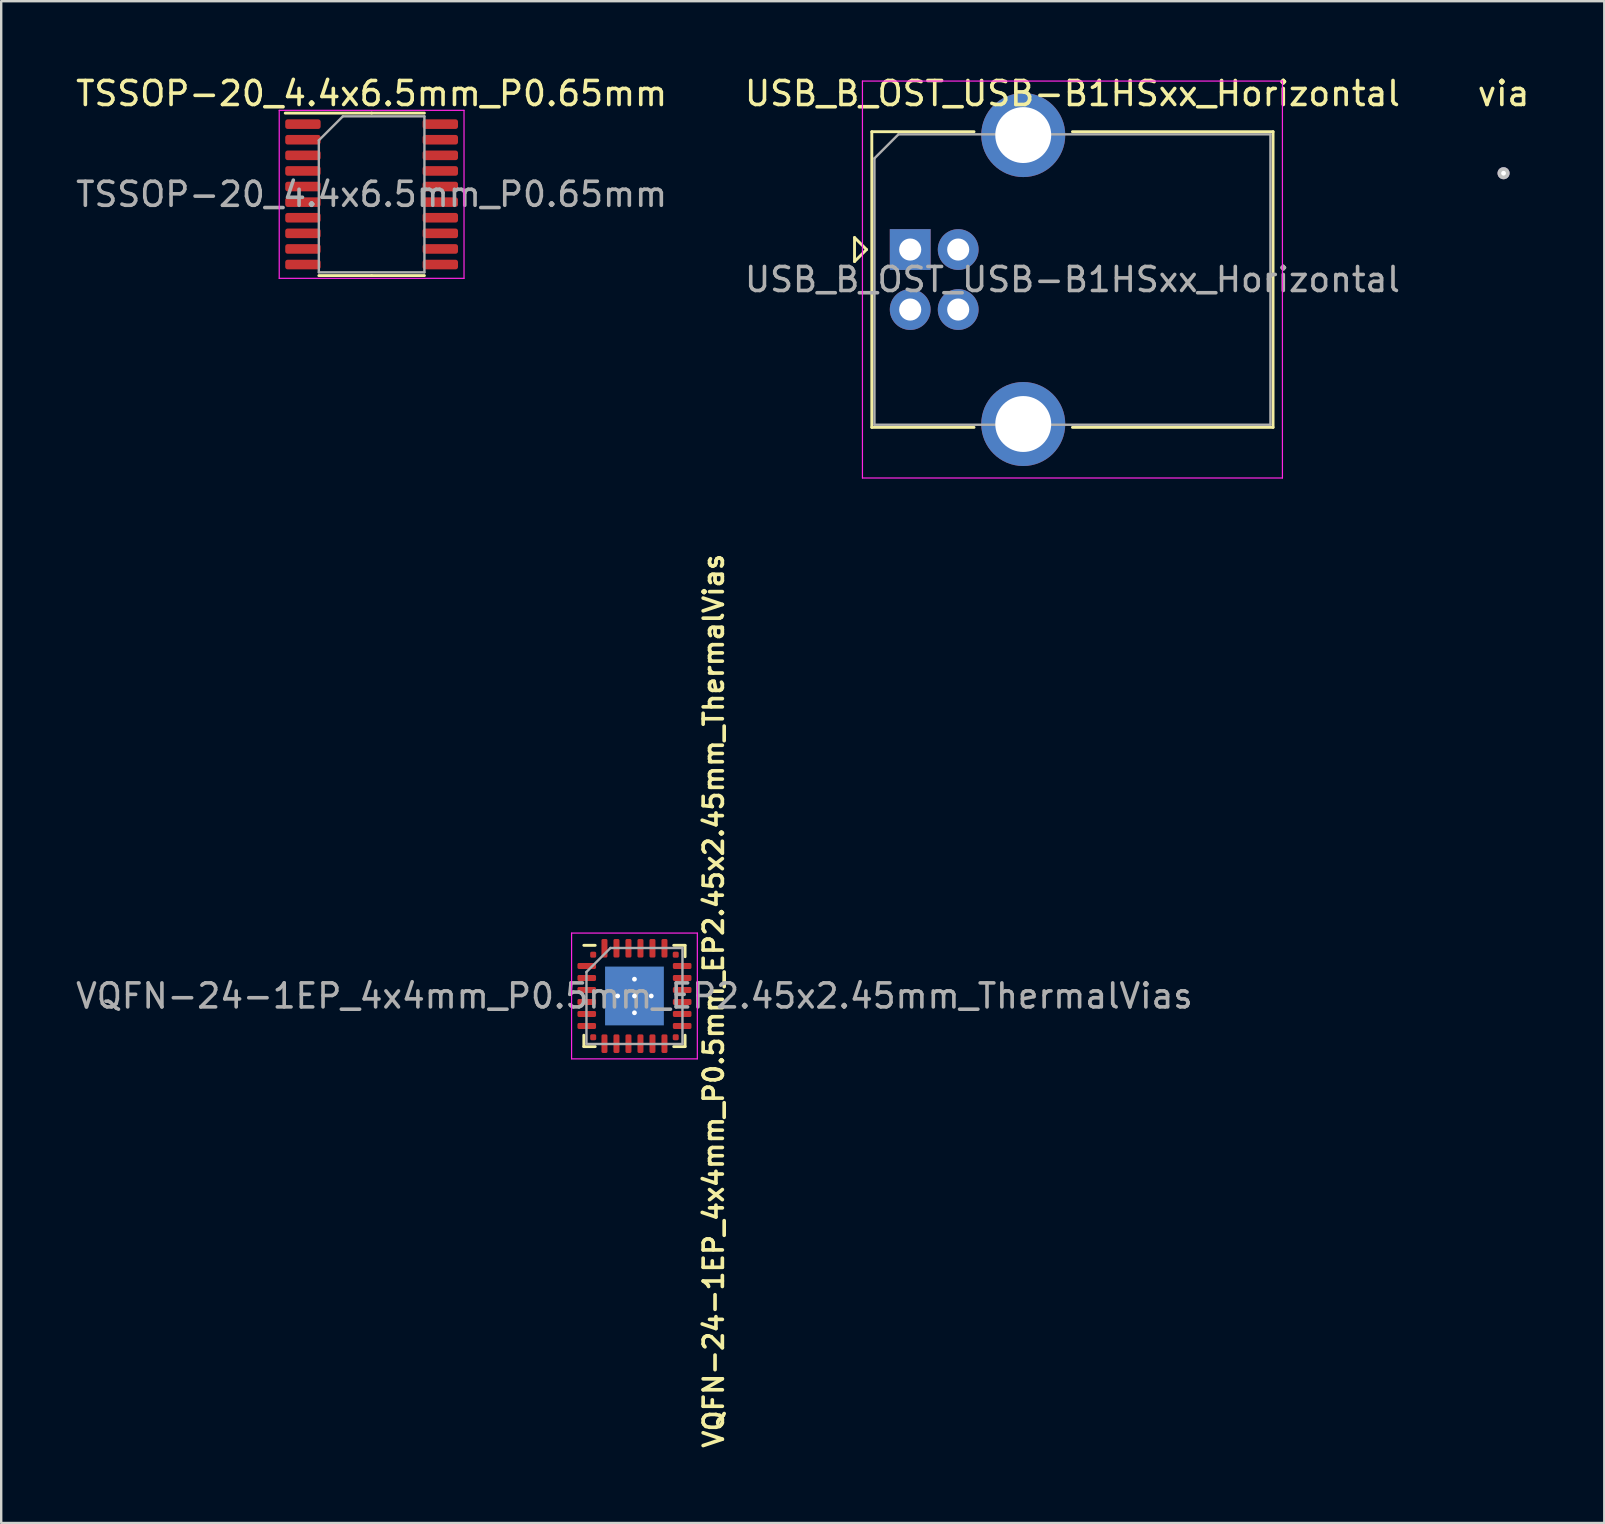
<source format=kicad_pcb>
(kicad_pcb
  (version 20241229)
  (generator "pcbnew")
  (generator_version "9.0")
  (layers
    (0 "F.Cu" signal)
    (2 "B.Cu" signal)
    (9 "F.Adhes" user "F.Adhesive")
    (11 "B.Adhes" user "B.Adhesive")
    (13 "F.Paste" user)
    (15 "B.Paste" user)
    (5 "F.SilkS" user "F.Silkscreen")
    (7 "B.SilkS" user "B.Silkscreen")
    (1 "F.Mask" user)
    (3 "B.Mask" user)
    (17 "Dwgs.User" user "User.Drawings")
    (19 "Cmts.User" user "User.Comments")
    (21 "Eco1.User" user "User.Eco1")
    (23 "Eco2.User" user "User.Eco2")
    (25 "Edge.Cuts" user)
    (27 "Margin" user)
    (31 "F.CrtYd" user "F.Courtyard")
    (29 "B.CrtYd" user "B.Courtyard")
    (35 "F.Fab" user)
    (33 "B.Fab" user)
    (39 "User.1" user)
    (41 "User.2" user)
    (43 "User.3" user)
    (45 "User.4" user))
  (footprint "TSSOP-20_4.4x6.5mm_P0.65mm"
    (layer "F.Cu")
    (at 12.435 5.048)
    (property "Reference" "TSSOP-20_4.4x6.5mm_P0.65mm" (at 0 -4.2 0) (layer "F.SilkS") (effects (font (size 1 1) (thickness 0.15))))
    (attr smd)
    (fp_line (start 0 -3.385) (end -3.6 -3.385) (stroke (width 0.12) (type solid)) (layer "F.SilkS"))
    (fp_line (start 0 -3.385) (end 2.2 -3.385) (stroke (width 0.12) (type solid)) (layer "F.SilkS"))
    (fp_line (start 0 3.385) (end -2.2 3.385) (stroke (width 0.12) (type solid)) (layer "F.SilkS"))
    (fp_line (start 0 3.385) (end 2.2 3.385) (stroke (width 0.12) (type solid)) (layer "F.SilkS"))
    (fp_line (start -3.85 -3.5) (end -3.85 3.5) (stroke (width 0.05) (type solid)) (layer "F.CrtYd"))
    (fp_line (start -3.85 3.5) (end 3.85 3.5) (stroke (width 0.05) (type solid)) (layer "F.CrtYd"))
    (fp_line (start 3.85 -3.5) (end -3.85 -3.5) (stroke (width 0.05) (type solid)) (layer "F.CrtYd"))
    (fp_line (start 3.85 3.5) (end 3.85 -3.5) (stroke (width 0.05) (type solid)) (layer "F.CrtYd"))
    (fp_line (start -2.2 -2.25) (end -1.2 -3.25) (stroke (width 0.1) (type solid)) (layer "F.Fab"))
    (fp_line (start -2.2 3.25) (end -2.2 -2.25) (stroke (width 0.1) (type solid)) (layer "F.Fab"))
    (fp_line (start -1.2 -3.25) (end 2.2 -3.25) (stroke (width 0.1) (type solid)) (layer "F.Fab"))
    (fp_line (start 2.2 -3.25) (end 2.2 3.25) (stroke (width 0.1) (type solid)) (layer "F.Fab"))
    (fp_line (start 2.2 3.25) (end -2.2 3.25) (stroke (width 0.1) (type solid)) (layer "F.Fab"))
    (fp_text user "${REFERENCE}" (at 0 0 0) (layer "F.Fab") (effects (font (size 1 1) (thickness 0.15))))
    (pad "1" smd roundrect (at -2.862 -2.925) (size 1.475 0.4) (layers "F.Cu" "F.Mask" "F.Paste") (roundrect_rratio 0.25))
    (pad "2" smd roundrect (at -2.862 -2.275) (size 1.475 0.4) (layers "F.Cu" "F.Mask" "F.Paste") (roundrect_rratio 0.25))
    (pad "3" smd roundrect (at -2.862 -1.625) (size 1.475 0.4) (layers "F.Cu" "F.Mask" "F.Paste") (roundrect_rratio 0.25))
    (pad "4" smd roundrect (at -2.862 -0.975) (size 1.475 0.4) (layers "F.Cu" "F.Mask" "F.Paste") (roundrect_rratio 0.25))
    (pad "5" smd roundrect (at -2.862 -0.325) (size 1.475 0.4) (layers "F.Cu" "F.Mask" "F.Paste") (roundrect_rratio 0.25))
    (pad "6" smd roundrect (at -2.862 0.325) (size 1.475 0.4) (layers "F.Cu" "F.Mask" "F.Paste") (roundrect_rratio 0.25))
    (pad "7" smd roundrect (at -2.862 0.975) (size 1.475 0.4) (layers "F.Cu" "F.Mask" "F.Paste") (roundrect_rratio 0.25))
    (pad "8" smd roundrect (at -2.862 1.625) (size 1.475 0.4) (layers "F.Cu" "F.Mask" "F.Paste") (roundrect_rratio 0.25))
    (pad "9" smd roundrect (at -2.862 2.275) (size 1.475 0.4) (layers "F.Cu" "F.Mask" "F.Paste") (roundrect_rratio 0.25))
    (pad "10" smd roundrect (at -2.862 2.925) (size 1.475 0.4) (layers "F.Cu" "F.Mask" "F.Paste") (roundrect_rratio 0.25))
    (pad "11" smd roundrect (at 2.862 2.925) (size 1.475 0.4) (layers "F.Cu" "F.Mask" "F.Paste") (roundrect_rratio 0.25))
    (pad "12" smd roundrect (at 2.862 2.275) (size 1.475 0.4) (layers "F.Cu" "F.Mask" "F.Paste") (roundrect_rratio 0.25))
    (pad "13" smd roundrect (at 2.862 1.625) (size 1.475 0.4) (layers "F.Cu" "F.Mask" "F.Paste") (roundrect_rratio 0.25))
    (pad "14" smd roundrect (at 2.862 0.975) (size 1.475 0.4) (layers "F.Cu" "F.Mask" "F.Paste") (roundrect_rratio 0.25))
    (pad "15" smd roundrect (at 2.862 0.325) (size 1.475 0.4) (layers "F.Cu" "F.Mask" "F.Paste") (roundrect_rratio 0.25))
    (pad "16" smd roundrect (at 2.862 -0.325) (size 1.475 0.4) (layers "F.Cu" "F.Mask" "F.Paste") (roundrect_rratio 0.25))
    (pad "17" smd roundrect (at 2.862 -0.975) (size 1.475 0.4) (layers "F.Cu" "F.Mask" "F.Paste") (roundrect_rratio 0.25))
    (pad "18" smd roundrect (at 2.862 -1.625) (size 1.475 0.4) (layers "F.Cu" "F.Mask" "F.Paste") (roundrect_rratio 0.25))
    (pad "19" smd roundrect (at 2.862 -2.275) (size 1.475 0.4) (layers "F.Cu" "F.Mask" "F.Paste") (roundrect_rratio 0.25))
    (pad "20" smd roundrect (at 2.862 -2.925) (size 1.475 0.4) (layers "F.Cu" "F.Mask" "F.Paste") (roundrect_rratio 0.25)))
  (footprint "via"
    (layer "F.Cu")
    (at 59.601 4.168)
    (property "Reference" "via" (at 0 -3.32 0) (layer "F.SilkS") (effects (font (size 1 1) (thickness 0.15))))
    (attr smd)
    (pad "1" thru_hole circle (at 0 0) (size 0.5 0.5) (drill 0.2) (layers "*.Cu" "Dwgs.User")))
  (footprint "USB_B_OST_USB-B1HSxx_Horizontal"
    (layer "F.Cu")
    (at 34.877 8.618)
    (property "Reference" "USB_B_OST_USB-B1HSxx_Horizontal" (at 6.76 -7.77 0) (layer "F.SilkS") (effects (font (size 1 1) (thickness 0.15))))
    (attr through_hole)
    (fp_line (start -2.32 -1.77) (end -2.32 -0.77) (stroke (width 0.12) (type solid)) (layer "F.SilkS"))
    (fp_line (start -2.32 -0.77) (end -1.82 -1.27) (stroke (width 0.12) (type solid)) (layer "F.SilkS"))
    (fp_line (start -1.82 -1.27) (end -2.32 -1.77) (stroke (width 0.12) (type solid)) (layer "F.SilkS"))
    (fp_line (start -1.6 -6.18) (end -1.6 6.14) (stroke (width 0.12) (type solid)) (layer "F.SilkS"))
    (fp_line (start -1.6 6.14) (end 2.66 6.14) (stroke (width 0.12) (type solid)) (layer "F.SilkS"))
    (fp_line (start 2.66 -6.18) (end -1.6 -6.18) (stroke (width 0.12) (type solid)) (layer "F.SilkS"))
    (fp_line (start 6.76 -6.18) (end 15.12 -6.18) (stroke (width 0.12) (type solid)) (layer "F.SilkS"))
    (fp_line (start 15.12 -6.18) (end 15.12 6.14) (stroke (width 0.12) (type solid)) (layer "F.SilkS"))
    (fp_line (start 15.12 6.14) (end 6.76 6.14) (stroke (width 0.12) (type solid)) (layer "F.SilkS"))
    (fp_line (start -1.99 -8.29) (end -1.99 8.25) (stroke (width 0.05) (type solid)) (layer "F.CrtYd"))
    (fp_line (start -1.99 8.25) (end 15.51 8.25) (stroke (width 0.05) (type solid)) (layer "F.CrtYd"))
    (fp_line (start 15.51 -8.29) (end -1.99 -8.29) (stroke (width 0.05) (type solid)) (layer "F.CrtYd"))
    (fp_line (start 15.51 8.25) (end 15.51 -8.29) (stroke (width 0.05) (type solid)) (layer "F.CrtYd"))
    (fp_line (start -1.49 -5.07) (end -0.49 -6.07) (stroke (width 0.1) (type solid)) (layer "F.Fab"))
    (fp_line (start -1.49 6.03) (end -1.49 -5.07) (stroke (width 0.1) (type solid)) (layer "F.Fab"))
    (fp_line (start -0.49 -6.07) (end 15.01 -6.07) (stroke (width 0.1) (type solid)) (layer "F.Fab"))
    (fp_line (start 15.01 -6.07) (end 15.01 6.03) (stroke (width 0.1) (type solid)) (layer "F.Fab"))
    (fp_line (start 15.01 6.03) (end -1.49 6.03) (stroke (width 0.1) (type solid)) (layer "F.Fab"))
    (fp_text user "${REFERENCE}" (at 6.76 -0.02 0) (layer "F.Fab") (effects (font (size 1 1) (thickness 0.15))))
    (pad "1" thru_hole rect (at 0 -1.27) (size 1.7 1.7) (drill 0.92) (layers "*.Cu" "*.Mask"))
    (pad "2" thru_hole circle (at 0 1.23) (size 1.7 1.7) (drill 0.92) (layers "*.Cu" "*.Mask"))
    (pad "3" thru_hole circle (at 2 1.23) (size 1.7 1.7) (drill 0.92) (layers "*.Cu" "*.Mask"))
    (pad "4" thru_hole circle (at 2 -1.27) (size 1.7 1.7) (drill 0.92) (layers "*.Cu" "*.Mask"))
    (pad "5" thru_hole circle (at 4.71 -6.04) (size 3.5 3.5) (drill 2.33) (layers "*.Cu" "*.Mask"))
    (pad "5" thru_hole circle (at 4.71 6) (size 3.5 3.5) (drill 2.33) (layers "*.Cu" "*.Mask")))
  (footprint "VQFN-24-1EP_4x4mm_P0.5mm_EP2.45x2.45mm_ThermalVias"
    (layer "F.Cu")
    (at 23.387 38.451)
    (property "Reference" "VQFN-24-1EP_4x4mm_P0.5mm_EP2.45x2.45mm_ThermalVias" (at 3.3 0.2 90) (layer "F.SilkS") (effects (font (size 0.8 0.8) (thickness 0.152) (bold yes))))
    (fp_line (start -2.11 2.11) (end -2.11 1.635) (stroke (width 0.12) (type solid)) (layer "F.SilkS"))
    (fp_line (start -1.635 -2.11) (end -2.11 -2.11) (stroke (width 0.12) (type solid)) (layer "F.SilkS"))
    (fp_line (start -1.635 2.11) (end -2.11 2.11) (stroke (width 0.12) (type solid)) (layer "F.SilkS"))
    (fp_line (start 1.635 -2.11) (end 2.11 -2.11) (stroke (width 0.12) (type solid)) (layer "F.SilkS"))
    (fp_line (start 1.635 2.11) (end 2.11 2.11) (stroke (width 0.12) (type solid)) (layer "F.SilkS"))
    (fp_line (start 2.11 -2.11) (end 2.11 -1.635) (stroke (width 0.12) (type solid)) (layer "F.SilkS"))
    (fp_line (start 2.11 2.11) (end 2.11 1.635) (stroke (width 0.12) (type solid)) (layer "F.SilkS"))
    (fp_line (start -2.62 -2.62) (end -2.62 2.62) (stroke (width 0.05) (type solid)) (layer "F.CrtYd"))
    (fp_line (start -2.62 2.62) (end 2.62 2.62) (stroke (width 0.05) (type solid)) (layer "F.CrtYd"))
    (fp_line (start 2.62 -2.62) (end -2.62 -2.62) (stroke (width 0.05) (type solid)) (layer "F.CrtYd"))
    (fp_line (start 2.62 2.62) (end 2.62 -2.62) (stroke (width 0.05) (type solid)) (layer "F.CrtYd"))
    (fp_line (start -2 -1) (end -1 -2) (stroke (width 0.1) (type solid)) (layer "F.Fab"))
    (fp_line (start -2 2) (end -2 -1) (stroke (width 0.1) (type solid)) (layer "F.Fab"))
    (fp_line (start -1 -2) (end 2 -2) (stroke (width 0.1) (type solid)) (layer "F.Fab"))
    (fp_line (start 2 -2) (end 2 2) (stroke (width 0.1) (type solid)) (layer "F.Fab"))
    (fp_line (start 2 2) (end -2 2) (stroke (width 0.1) (type solid)) (layer "F.Fab"))
    (fp_text user "${REFERENCE}" (at 0 0 0) (layer "F.Fab") (effects (font (size 1 1) (thickness 0.15))))
    (pad "" smd custom (at -0.487 -0.487) (size 0.756 0.756) (layers "F.Paste") (options (anchor circle)) (primitives (gr_poly (pts (xy 0.301 -0.175) (xy 0.301 0.175) (xy 0.175 0.301) (xy -0.175 0.301) (xy -0.301 0.175) (xy -0.301 -0.175) (xy -0.175 -0.301) (xy 0.175 -0.301)) (width 0.306) (fill yes))))
    (pad "" smd custom (at -0.487 0.487) (size 0.756 0.756) (layers "F.Paste") (options (anchor circle)) (primitives (gr_poly (pts (xy 0.301 -0.175) (xy 0.301 0.175) (xy 0.175 0.301) (xy -0.175 0.301) (xy -0.301 0.175) (xy -0.301 -0.175) (xy -0.175 -0.301) (xy 0.175 -0.301)) (width 0.306) (fill yes))))
    (pad "" smd custom (at 0.487 -0.487) (size 0.756 0.756) (layers "F.Paste") (options (anchor circle)) (primitives (gr_poly (pts (xy 0.301 -0.175) (xy 0.301 0.175) (xy 0.175 0.301) (xy -0.175 0.301) (xy -0.301 0.175) (xy -0.301 -0.175) (xy -0.175 -0.301) (xy 0.175 -0.301)) (width 0.306) (fill yes))))
    (pad "" smd custom (at 0.487 0.487) (size 0.756 0.756) (layers "F.Paste") (options (anchor circle)) (primitives (gr_poly (pts (xy 0.301 -0.175) (xy 0.301 0.175) (xy 0.175 0.301) (xy -0.175 0.301) (xy -0.301 0.175) (xy -0.301 -0.175) (xy -0.175 -0.301) (xy 0.175 -0.301)) (width 0.306) (fill yes))))
    (pad "1" smd roundrect (at -1.988 -1.25) (size 0.775 0.25) (layers "F.Cu" "F.Mask" "F.Paste") (roundrect_rratio 0.25))
    (pad "2" smd roundrect (at -1.988 -0.75) (size 0.775 0.25) (layers "F.Cu" "F.Mask" "F.Paste") (roundrect_rratio 0.25))
    (pad "3" smd roundrect (at -1.988 -0.25) (size 0.775 0.25) (layers "F.Cu" "F.Mask" "F.Paste") (roundrect_rratio 0.25))
    (pad "4" smd roundrect (at -1.988 0.25) (size 0.775 0.25) (layers "F.Cu" "F.Mask" "F.Paste") (roundrect_rratio 0.25))
    (pad "5" smd roundrect (at -1.988 0.75) (size 0.775 0.25) (layers "F.Cu" "F.Mask" "F.Paste") (roundrect_rratio 0.25))
    (pad "6" smd roundrect (at -1.988 1.25) (size 0.775 0.25) (layers "F.Cu" "F.Mask" "F.Paste") (roundrect_rratio 0.25))
    (pad "7" smd roundrect (at -1.25 1.988) (size 0.25 0.775) (layers "F.Cu" "F.Mask" "F.Paste") (roundrect_rratio 0.25))
    (pad "8" smd roundrect (at -0.75 1.988) (size 0.25 0.775) (layers "F.Cu" "F.Mask" "F.Paste") (roundrect_rratio 0.25))
    (pad "9" smd roundrect (at -0.25 1.988) (size 0.25 0.775) (layers "F.Cu" "F.Mask" "F.Paste") (roundrect_rratio 0.25))
    (pad "10" smd roundrect (at 0.25 1.988) (size 0.25 0.775) (layers "F.Cu" "F.Mask" "F.Paste") (roundrect_rratio 0.25))
    (pad "11" smd roundrect (at 0.75 1.988) (size 0.25 0.775) (layers "F.Cu" "F.Mask" "F.Paste") (roundrect_rratio 0.25))
    (pad "12" smd roundrect (at 1.25 1.988) (size 0.25 0.775) (layers "F.Cu" "F.Mask" "F.Paste") (roundrect_rratio 0.25))
    (pad "13" smd roundrect (at 1.988 1.25) (size 0.775 0.25) (layers "F.Cu" "F.Mask" "F.Paste") (roundrect_rratio 0.25))
    (pad "14" smd roundrect (at 1.988 0.75) (size 0.775 0.25) (layers "F.Cu" "F.Mask" "F.Paste") (roundrect_rratio 0.25))
    (pad "15" smd roundrect (at 1.988 0.25) (size 0.775 0.25) (layers "F.Cu" "F.Mask" "F.Paste") (roundrect_rratio 0.25))
    (pad "16" smd roundrect (at 1.988 -0.25) (size 0.775 0.25) (layers "F.Cu" "F.Mask" "F.Paste") (roundrect_rratio 0.25))
    (pad "17" smd roundrect (at 1.988 -0.75) (size 0.775 0.25) (layers "F.Cu" "F.Mask" "F.Paste") (roundrect_rratio 0.25))
    (pad "18" smd roundrect (at 1.988 -1.25) (size 0.775 0.25) (layers "F.Cu" "F.Mask" "F.Paste") (roundrect_rratio 0.25))
    (pad "19" smd roundrect (at 1.25 -1.988) (size 0.25 0.775) (layers "F.Cu" "F.Mask" "F.Paste") (roundrect_rratio 0.25))
    (pad "20" smd roundrect (at 0.75 -1.988) (size 0.25 0.775) (layers "F.Cu" "F.Mask" "F.Paste") (roundrect_rratio 0.25))
    (pad "21" smd roundrect (at 0.25 -1.988) (size 0.25 0.775) (layers "F.Cu" "F.Mask" "F.Paste") (roundrect_rratio 0.25))
    (pad "22" smd roundrect (at -0.25 -1.988) (size 0.25 0.775) (layers "F.Cu" "F.Mask" "F.Paste") (roundrect_rratio 0.25))
    (pad "23" smd roundrect (at -0.75 -1.988) (size 0.25 0.775) (layers "F.Cu" "F.Mask" "F.Paste") (roundrect_rratio 0.25))
    (pad "24" smd roundrect (at -1.25 -1.988) (size 0.25 0.775) (layers "F.Cu" "F.Mask" "F.Paste") (roundrect_rratio 0.25))
    (pad "25" thru_hole circle (at -0.7 0) (size 0.5 0.5) (drill 0.2) (layers "*.Cu"))
    (pad "25" thru_hole circle (at 0 -0.7) (size 0.5 0.5) (drill 0.2) (layers "*.Cu"))
    (pad "25" thru_hole circle (at 0 0) (size 0.5 0.5) (drill 0.2) (layers "*.Cu"))
    (pad "25" smd rect (at 0 0) (size 2.1 2.1) (layers "F.Cu" "F.Mask"))
    (pad "25" smd rect (at 0 0) (size 2.45 2.45) (layers "B.Cu"))
    (pad "25" thru_hole circle (at 0 0.7) (size 0.5 0.5) (drill 0.2) (layers "*.Cu"))
    (pad "25" thru_hole circle (at 0.7 0) (size 0.5 0.5) (drill 0.2) (layers "*.Cu"))
    (pad "A1" smd roundrect (at -1.72 -1.72) (size 0.25 0.25) (layers "F.Cu" "F.Mask" "F.Paste") (roundrect_rratio 0.25))
    (pad "A2" smd roundrect (at -1.72 1.72) (size 0.25 0.25) (layers "F.Cu" "F.Mask" "F.Paste") (roundrect_rratio 0.25))
    (pad "A3" smd roundrect (at 1.72 1.72) (size 0.25 0.25) (layers "F.Cu" "F.Mask" "F.Paste") (roundrect_rratio 0.25))
    (pad "A4" smd roundrect (at 1.72 -1.72) (size 0.25 0.25) (layers "F.Cu" "F.Mask" "F.Paste") (roundrect_rratio 0.25)))
  (gr_rect
    (start -3 -3)
    (end 63.798 60.41)
    (stroke (width 0.1) (type default))
    (fill no)
    (layer "Edge.Cuts")))
</source>
